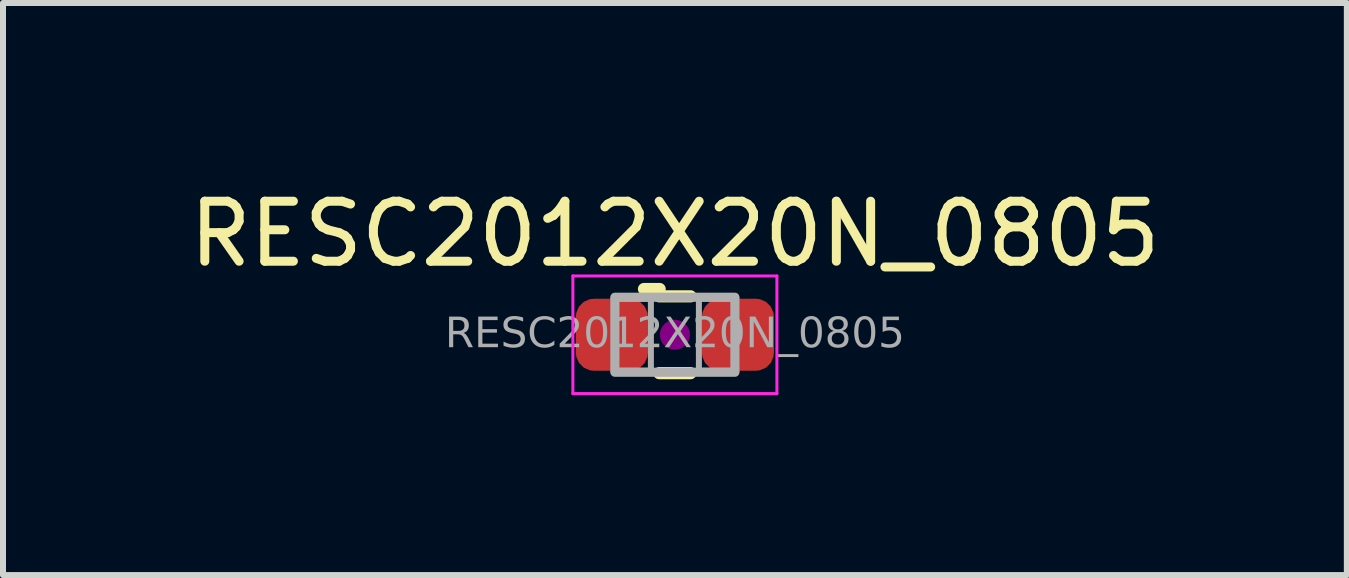
<source format=kicad_pcb>
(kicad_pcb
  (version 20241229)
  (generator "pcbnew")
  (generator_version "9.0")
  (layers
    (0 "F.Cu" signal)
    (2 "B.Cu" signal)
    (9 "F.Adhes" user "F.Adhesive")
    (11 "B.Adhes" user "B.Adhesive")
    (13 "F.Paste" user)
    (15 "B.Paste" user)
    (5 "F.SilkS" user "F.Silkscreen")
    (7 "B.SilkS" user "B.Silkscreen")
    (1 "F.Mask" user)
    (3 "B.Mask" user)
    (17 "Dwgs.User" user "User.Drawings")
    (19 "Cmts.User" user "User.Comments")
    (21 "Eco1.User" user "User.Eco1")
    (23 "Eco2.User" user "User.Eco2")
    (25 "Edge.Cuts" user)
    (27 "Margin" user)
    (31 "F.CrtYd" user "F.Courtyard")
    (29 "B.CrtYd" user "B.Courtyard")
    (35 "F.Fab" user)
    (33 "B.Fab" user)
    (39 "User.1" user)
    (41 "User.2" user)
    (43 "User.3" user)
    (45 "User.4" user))
  (footprint "RESC2012X20N_0805"
    (layer "F.Cu")
    (at 8.196 2.528)
    (property "Reference" "RESC2012X20N_0805" (at 0 -1.68 0) (layer "F.SilkS") (effects (font (size 1 1) (thickness 0.15))))
    (attr smd)
    (fp_line (start -0.515 -0.762) (end -0.254 -0.762) (stroke (width 0.203) (type solid)) (layer "F.SilkS"))
    (fp_line (start -0.261 -0.64) (end 0.261 -0.64) (stroke (width 0.203) (type solid)) (layer "F.SilkS"))
    (fp_line (start -0.261 0.64) (end 0.261 0.64) (stroke (width 0.203) (type solid)) (layer "F.SilkS"))
    (fp_circle (center 0 0) (end 0.25 0) (stroke (width 0) (type solid)) (fill yes) (layer "F.Adhes"))
    (fp_line (start -1.7 -0.98) (end 1.7 -0.98) (stroke (width 0.05) (type solid)) (layer "F.CrtYd"))
    (fp_line (start -1.7 0.98) (end -1.7 -0.98) (stroke (width 0.05) (type solid)) (layer "F.CrtYd"))
    (fp_line (start 1.7 -0.98) (end 1.7 0.98) (stroke (width 0.05) (type solid)) (layer "F.CrtYd"))
    (fp_line (start 1.7 0.98) (end -1.7 0.98) (stroke (width 0.05) (type solid)) (layer "F.CrtYd"))
    (fp_line (start -1 -0.625) (end 1 -0.625) (stroke (width 0.152) (type solid)) (layer "F.Fab"))
    (fp_line (start -1 0.6) (end -1 -0.6) (stroke (width 0.152) (type solid)) (layer "F.Fab"))
    (fp_line (start 1 -0.6) (end 1 0.6) (stroke (width 0.152) (type solid)) (layer "F.Fab"))
    (fp_line (start 1 0.625) (end -1 0.625) (stroke (width 0.152) (type solid)) (layer "F.Fab"))
    (fp_rect (start -1 -0.6) (end -0.4 0.6) (stroke (width 0.1) (type solid)) (fill no) (layer "F.Fab"))
    (fp_rect (start 0.4 -0.6) (end 1 0.6) (stroke (width 0.1) (type solid)) (fill no) (layer "F.Fab"))
    (fp_text user "${REFERENCE}" (at 0 0 0) (layer "F.Fab") (effects (font (face "Tahoma") (size 0.5 0.5) (thickness 0.08))))
    (pad "1" smd roundrect (at -1.05 0) (size 1.2 1.2) (layers "F.Cu" "F.Mask" "F.Paste") (roundrect_rratio 0.25))
    (pad "2" smd roundrect (at 1.05 0) (size 1.2 1.2) (layers "F.Cu" "F.Mask" "F.Paste") (roundrect_rratio 0.25)))
  (gr_rect
    (start -3 -3)
    (end 19.393 6.533)
    (stroke (width 0.1) (type default))
    (fill no)
    (layer "Edge.Cuts")))
</source>
